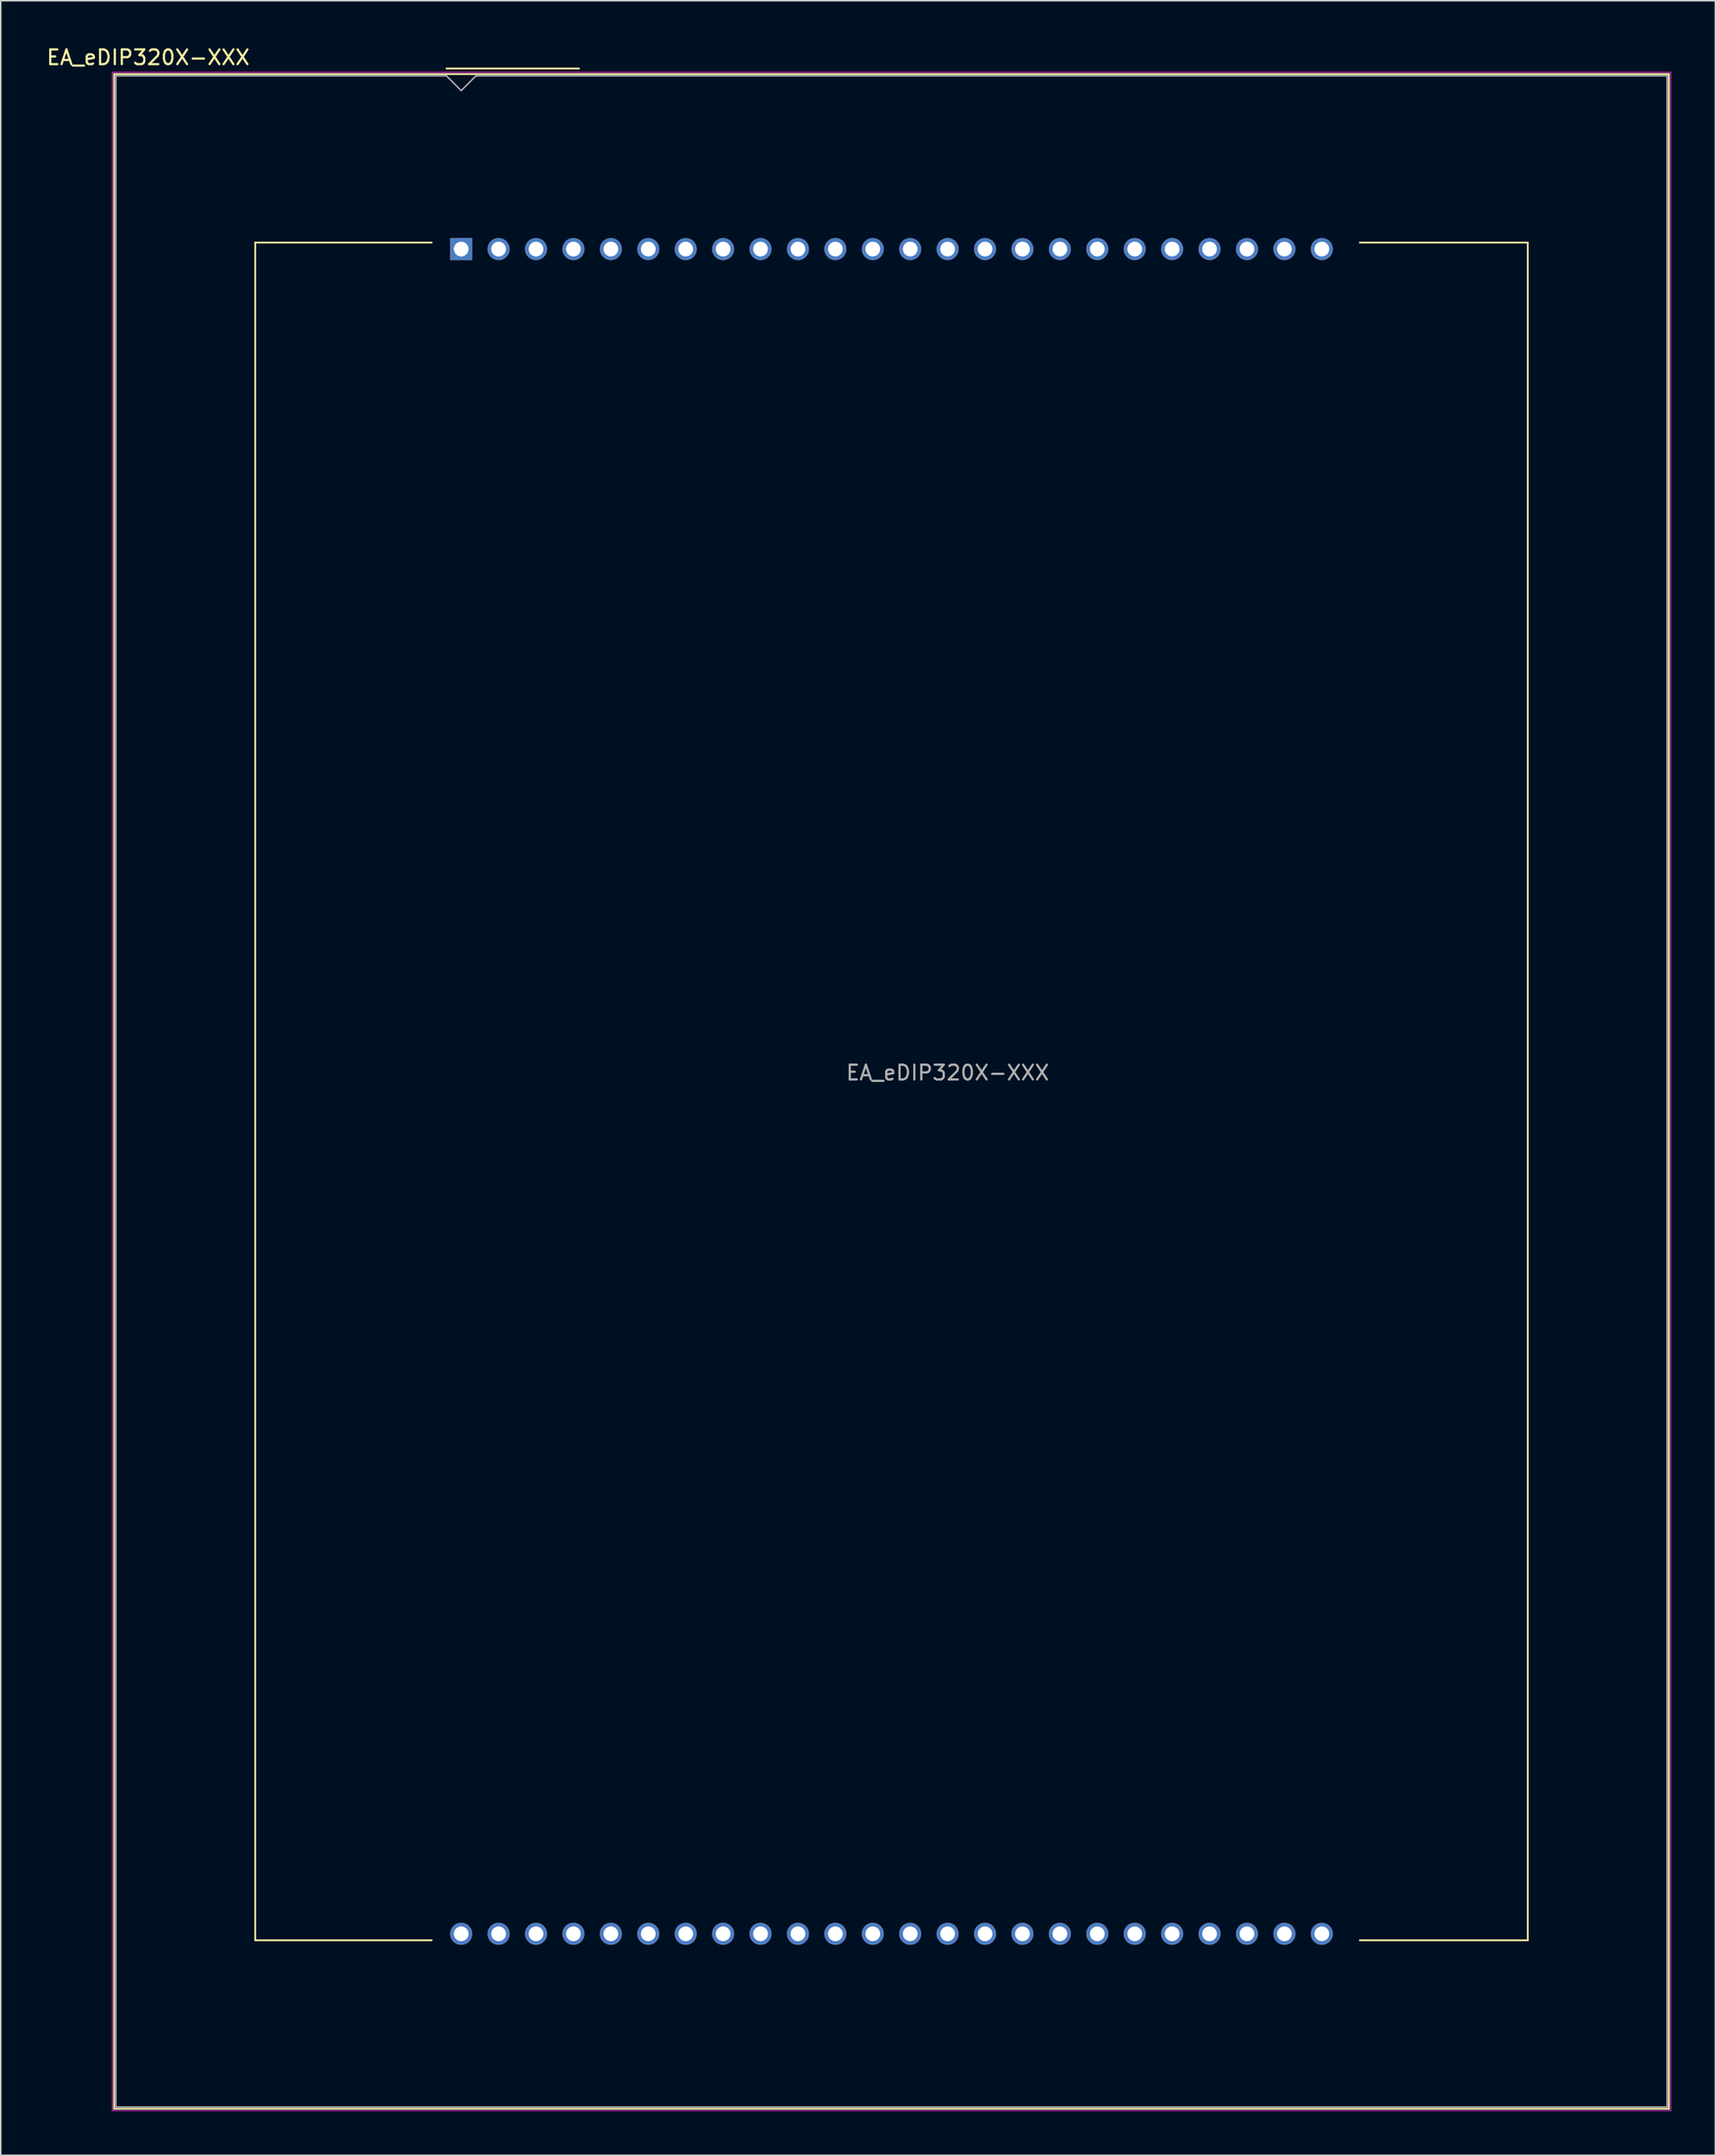
<source format=kicad_pcb>
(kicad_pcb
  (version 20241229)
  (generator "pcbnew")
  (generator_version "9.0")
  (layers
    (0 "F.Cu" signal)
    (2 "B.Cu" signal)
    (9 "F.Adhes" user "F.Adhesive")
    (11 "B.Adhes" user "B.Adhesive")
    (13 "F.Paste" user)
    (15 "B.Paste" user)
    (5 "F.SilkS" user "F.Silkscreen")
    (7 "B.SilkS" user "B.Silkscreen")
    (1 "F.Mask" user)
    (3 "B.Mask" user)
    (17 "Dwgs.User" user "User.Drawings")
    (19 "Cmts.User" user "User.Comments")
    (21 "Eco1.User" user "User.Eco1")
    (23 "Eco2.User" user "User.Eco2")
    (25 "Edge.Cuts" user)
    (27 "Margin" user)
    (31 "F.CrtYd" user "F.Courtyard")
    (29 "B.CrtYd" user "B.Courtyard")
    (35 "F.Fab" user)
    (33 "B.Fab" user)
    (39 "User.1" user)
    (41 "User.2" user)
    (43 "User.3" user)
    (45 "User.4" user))
  (footprint "EA_eDIP320X-XXX"
    (layer "F.Cu")
    (at 28.256 13.848)
    (property "Reference" "EA_eDIP320X-XXX" (at -21.25 -13 0) (layer "F.SilkS") (effects (font (size 1 1) (thickness 0.15))))
    (attr through_hole)
    (fp_line (start -23.56 -11.87) (end 81.98 -11.87) (stroke (width 0.12) (type solid)) (layer "F.SilkS"))
    (fp_line (start -23.56 126.17) (end -23.56 -11.87) (stroke (width 0.12) (type solid)) (layer "F.SilkS"))
    (fp_line (start -13.98 -0.44) (end -2 -0.44) (stroke (width 0.12) (type solid)) (layer "F.SilkS"))
    (fp_line (start -13.98 114.74) (end -13.98 -0.44) (stroke (width 0.12) (type solid)) (layer "F.SilkS"))
    (fp_line (start -13.98 114.74) (end -2 114.74) (stroke (width 0.12) (type solid)) (layer "F.SilkS"))
    (fp_line (start -1 -12.25) (end 8 -12.25) (stroke (width 0.12) (type solid)) (layer "F.SilkS"))
    (fp_line (start 61 -0.44) (end 72.4 -0.44) (stroke (width 0.12) (type solid)) (layer "F.SilkS"))
    (fp_line (start 72.4 -0.44) (end 72.4 114.74) (stroke (width 0.12) (type solid)) (layer "F.SilkS"))
    (fp_line (start 72.4 114.74) (end 61 114.74) (stroke (width 0.12) (type solid)) (layer "F.SilkS"))
    (fp_line (start 81.98 -11.87) (end 81.98 126.17) (stroke (width 0.12) (type solid)) (layer "F.SilkS"))
    (fp_line (start 81.98 126.17) (end -23.56 126.17) (stroke (width 0.12) (type solid)) (layer "F.SilkS"))
    (fp_line (start -23.69 -12) (end 82.11 -12) (stroke (width 0.05) (type solid)) (layer "F.CrtYd"))
    (fp_line (start -23.69 126.3) (end -23.69 -12) (stroke (width 0.05) (type solid)) (layer "F.CrtYd"))
    (fp_line (start 82.11 -12) (end 82.11 126.3) (stroke (width 0.05) (type solid)) (layer "F.CrtYd"))
    (fp_line (start 82.11 126.3) (end -23.69 126.3) (stroke (width 0.05) (type solid)) (layer "F.CrtYd"))
    (fp_line (start -23.44 126.05) (end -23.44 -11.75) (stroke (width 0.1) (type solid)) (layer "F.Fab"))
    (fp_line (start -1 -11.75) (end -23.44 -11.75) (stroke (width 0.1) (type solid)) (layer "F.Fab"))
    (fp_line (start 0 -10.75) (end -1 -11.75) (stroke (width 0.1) (type solid)) (layer "F.Fab"))
    (fp_line (start 1 -11.75) (end 0 -10.75) (stroke (width 0.1) (type solid)) (layer "F.Fab"))
    (fp_line (start 1 -11.75) (end 81.86 -11.75) (stroke (width 0.1) (type solid)) (layer "F.Fab"))
    (fp_line (start 81.86 -11.75) (end 81.86 126.05) (stroke (width 0.1) (type solid)) (layer "F.Fab"))
    (fp_line (start 81.86 126.05) (end -23.44 126.05) (stroke (width 0.1) (type solid)) (layer "F.Fab"))
    (fp_text user "${REFERENCE}" (at 33.02 55.88 0) (layer "F.Fab") (effects (font (size 1 1) (thickness 0.15))))
    (pad "1" thru_hole rect (at 0 0) (size 1.5 1.5) (drill 1) (layers "*.Cu" "*.Mask"))
    (pad "2" thru_hole circle (at 2.54 0) (size 1.5 1.5) (drill 1) (layers "*.Cu" "*.Mask"))
    (pad "3" thru_hole circle (at 5.08 0) (size 1.5 1.5) (drill 1) (layers "*.Cu" "*.Mask"))
    (pad "4" thru_hole circle (at 7.62 0) (size 1.5 1.5) (drill 1) (layers "*.Cu" "*.Mask"))
    (pad "5" thru_hole circle (at 10.16 0) (size 1.5 1.5) (drill 1) (layers "*.Cu" "*.Mask"))
    (pad "6" thru_hole circle (at 12.7 0) (size 1.5 1.5) (drill 1) (layers "*.Cu" "*.Mask"))
    (pad "7" thru_hole circle (at 15.24 0) (size 1.5 1.5) (drill 1) (layers "*.Cu" "*.Mask"))
    (pad "8" thru_hole circle (at 17.78 0) (size 1.5 1.5) (drill 1) (layers "*.Cu" "*.Mask"))
    (pad "9" thru_hole circle (at 20.32 0) (size 1.5 1.5) (drill 1) (layers "*.Cu" "*.Mask"))
    (pad "10" thru_hole circle (at 22.86 0) (size 1.5 1.5) (drill 1) (layers "*.Cu" "*.Mask"))
    (pad "11" thru_hole circle (at 25.4 0) (size 1.5 1.5) (drill 1) (layers "*.Cu" "*.Mask"))
    (pad "12" thru_hole circle (at 27.94 0) (size 1.5 1.5) (drill 1) (layers "*.Cu" "*.Mask"))
    (pad "13" thru_hole circle (at 30.48 0) (size 1.5 1.5) (drill 1) (layers "*.Cu" "*.Mask"))
    (pad "14" thru_hole circle (at 33.02 0) (size 1.5 1.5) (drill 1) (layers "*.Cu" "*.Mask"))
    (pad "15" thru_hole circle (at 35.56 0) (size 1.5 1.5) (drill 1) (layers "*.Cu" "*.Mask"))
    (pad "16" thru_hole circle (at 38.1 0) (size 1.5 1.5) (drill 1) (layers "*.Cu" "*.Mask"))
    (pad "17" thru_hole circle (at 40.64 0) (size 1.5 1.5) (drill 1) (layers "*.Cu" "*.Mask"))
    (pad "18" thru_hole circle (at 43.18 0) (size 1.5 1.5) (drill 1) (layers "*.Cu" "*.Mask"))
    (pad "19" thru_hole circle (at 45.72 0) (size 1.5 1.5) (drill 1) (layers "*.Cu" "*.Mask"))
    (pad "20" thru_hole circle (at 48.26 0) (size 1.5 1.5) (drill 1) (layers "*.Cu" "*.Mask"))
    (pad "21" thru_hole circle (at 50.8 0) (size 1.5 1.5) (drill 1) (layers "*.Cu" "*.Mask"))
    (pad "22" thru_hole circle (at 53.34 0) (size 1.5 1.5) (drill 1) (layers "*.Cu" "*.Mask"))
    (pad "23" thru_hole circle (at 55.88 0) (size 1.5 1.5) (drill 1) (layers "*.Cu" "*.Mask"))
    (pad "24" thru_hole circle (at 58.42 0) (size 1.5 1.5) (drill 1) (layers "*.Cu" "*.Mask"))
    (pad "25" thru_hole circle (at 58.42 114.3) (size 1.5 1.5) (drill 1) (layers "*.Cu" "*.Mask"))
    (pad "26" thru_hole circle (at 55.88 114.3) (size 1.5 1.5) (drill 1) (layers "*.Cu" "*.Mask"))
    (pad "27" thru_hole circle (at 53.34 114.3) (size 1.5 1.5) (drill 1) (layers "*.Cu" "*.Mask"))
    (pad "28" thru_hole circle (at 50.8 114.3) (size 1.5 1.5) (drill 1) (layers "*.Cu" "*.Mask"))
    (pad "29" thru_hole circle (at 48.26 114.3) (size 1.5 1.5) (drill 1) (layers "*.Cu" "*.Mask"))
    (pad "30" thru_hole circle (at 45.72 114.3) (size 1.5 1.5) (drill 1) (layers "*.Cu" "*.Mask"))
    (pad "31" thru_hole circle (at 43.18 114.3) (size 1.5 1.5) (drill 1) (layers "*.Cu" "*.Mask"))
    (pad "32" thru_hole circle (at 40.64 114.3) (size 1.5 1.5) (drill 1) (layers "*.Cu" "*.Mask"))
    (pad "33" thru_hole circle (at 38.1 114.3) (size 1.5 1.5) (drill 1) (layers "*.Cu" "*.Mask"))
    (pad "34" thru_hole circle (at 35.56 114.3) (size 1.5 1.5) (drill 1) (layers "*.Cu" "*.Mask"))
    (pad "35" thru_hole circle (at 33.02 114.3) (size 1.5 1.5) (drill 1) (layers "*.Cu" "*.Mask"))
    (pad "36" thru_hole circle (at 30.48 114.3) (size 1.5 1.5) (drill 1) (layers "*.Cu" "*.Mask"))
    (pad "37" thru_hole circle (at 27.94 114.3) (size 1.5 1.5) (drill 1) (layers "*.Cu" "*.Mask"))
    (pad "38" thru_hole circle (at 25.4 114.3) (size 1.5 1.5) (drill 1) (layers "*.Cu" "*.Mask"))
    (pad "39" thru_hole circle (at 22.86 114.3) (size 1.5 1.5) (drill 1) (layers "*.Cu" "*.Mask"))
    (pad "40" thru_hole circle (at 20.32 114.3) (size 1.5 1.5) (drill 1) (layers "*.Cu" "*.Mask"))
    (pad "41" thru_hole circle (at 17.78 114.3) (size 1.5 1.5) (drill 1) (layers "*.Cu" "*.Mask"))
    (pad "42" thru_hole circle (at 15.24 114.3) (size 1.5 1.5) (drill 1) (layers "*.Cu" "*.Mask"))
    (pad "43" thru_hole circle (at 12.7 114.3) (size 1.5 1.5) (drill 1) (layers "*.Cu" "*.Mask"))
    (pad "44" thru_hole circle (at 10.16 114.3) (size 1.5 1.5) (drill 1) (layers "*.Cu" "*.Mask"))
    (pad "45" thru_hole circle (at 7.62 114.3) (size 1.5 1.5) (drill 1) (layers "*.Cu" "*.Mask"))
    (pad "46" thru_hole circle (at 5.08 114.3) (size 1.5 1.5) (drill 1) (layers "*.Cu" "*.Mask"))
    (pad "47" thru_hole circle (at 2.54 114.3) (size 1.5 1.5) (drill 1) (layers "*.Cu" "*.Mask"))
    (pad "48" thru_hole circle (at 0 114.3) (size 1.5 1.5) (drill 1) (layers "*.Cu" "*.Mask")))
  (gr_rect
    (start -3 -3)
    (end 113.391 143.173)
    (stroke (width 0.1) (type default))
    (fill no)
    (layer "Edge.Cuts")))
</source>
